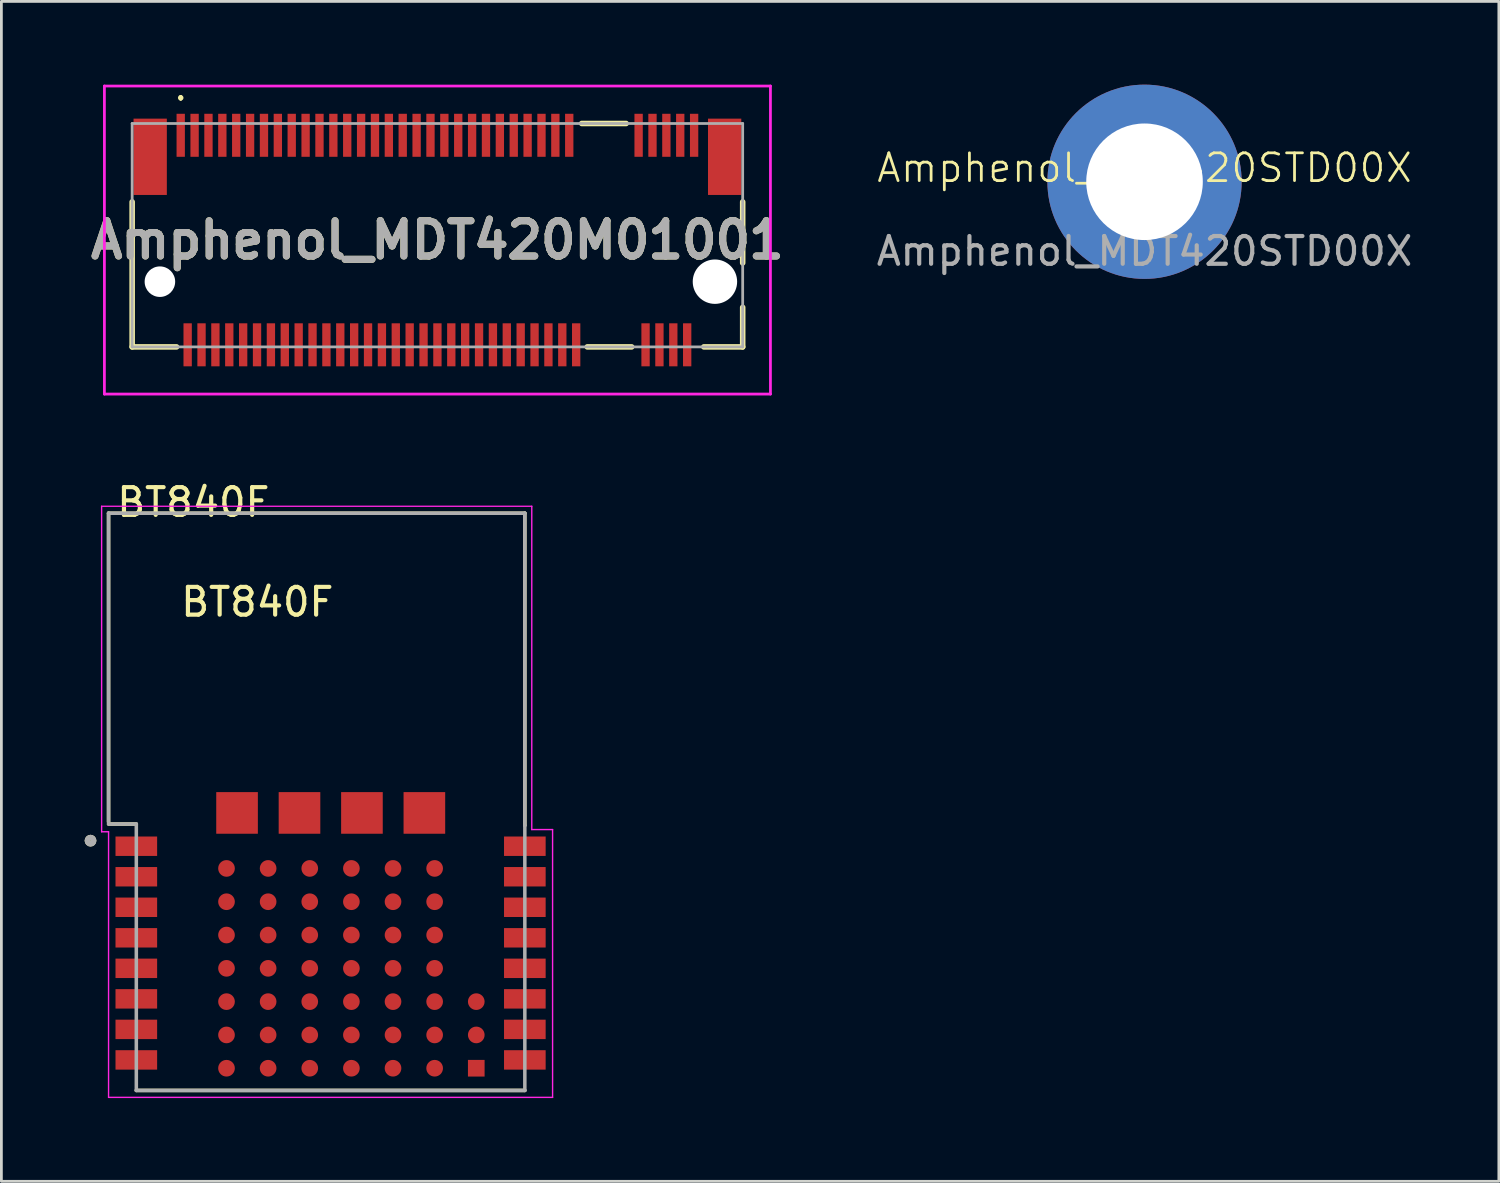
<source format=kicad_pcb>
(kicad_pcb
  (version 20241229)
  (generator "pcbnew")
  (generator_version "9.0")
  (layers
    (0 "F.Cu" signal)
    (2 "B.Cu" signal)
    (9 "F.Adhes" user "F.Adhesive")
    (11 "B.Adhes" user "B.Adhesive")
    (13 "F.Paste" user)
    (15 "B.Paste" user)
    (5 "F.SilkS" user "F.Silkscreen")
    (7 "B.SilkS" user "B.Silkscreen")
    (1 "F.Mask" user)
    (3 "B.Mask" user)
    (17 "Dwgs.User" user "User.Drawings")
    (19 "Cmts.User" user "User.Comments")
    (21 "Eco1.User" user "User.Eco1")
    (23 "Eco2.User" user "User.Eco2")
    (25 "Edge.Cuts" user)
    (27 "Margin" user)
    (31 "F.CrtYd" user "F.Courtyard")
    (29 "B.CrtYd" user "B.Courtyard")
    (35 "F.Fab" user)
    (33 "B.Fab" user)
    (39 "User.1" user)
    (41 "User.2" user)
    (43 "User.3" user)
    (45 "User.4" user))
  (footprint "BT840F"
    (layer "F.Cu")
    (at 8.362 25.843)
    (property "Reference" "BT840F" (at -4.445 -10.795 0) (layer "F.SilkS") (effects (font (size 1 1) (thickness 0.15))))
    (attr through_hole)
    (fp_line (start -7.5 -10.4) (end 7.5 -10.4) (stroke (width 0.127) (type solid)) (layer "F.SilkS"))
    (fp_line (start -7.5 0.73) (end -7.5 -10.4) (stroke (width 0.127) (type solid)) (layer "F.SilkS"))
    (fp_line (start -6.5 0.8) (end -7.5 0.8) (stroke (width 0.127) (type solid)) (layer "F.SilkS"))
    (fp_line (start 7.5 -10.4) (end 7.5 0.85) (stroke (width 0.127) (type solid)) (layer "F.SilkS"))
    (fp_line (start 7.5 10.4) (end -6.5 10.4) (stroke (width 0.127) (type solid)) (layer "F.SilkS"))
    (fp_line (start 7.503 -5.6) (end 7.5 0.85) (stroke (width 0.001) (type solid)) (layer "F.SilkS"))
    (fp_circle (center -8.15 1.4) (end -8.038 1.4) (stroke (width 0.2) (type solid)) (fill no) (layer "F.SilkS"))
    (fp_line (start -7.75 -10.65) (end 7.75 -10.65) (stroke (width 0.05) (type solid)) (layer "F.CrtYd"))
    (fp_line (start -7.75 1.08) (end -7.75 -10.65) (stroke (width 0.05) (type solid)) (layer "F.CrtYd"))
    (fp_line (start -7.5 1.08) (end -7.75 1.08) (stroke (width 0.05) (type solid)) (layer "F.CrtYd"))
    (fp_line (start -7.5 10.65) (end -7.5 1.08) (stroke (width 0.05) (type solid)) (layer "F.CrtYd"))
    (fp_line (start 7.75 -10.65) (end 7.75 1) (stroke (width 0.05) (type solid)) (layer "F.CrtYd"))
    (fp_line (start 7.75 1) (end 8.5 1) (stroke (width 0.05) (type solid)) (layer "F.CrtYd"))
    (fp_line (start 8.5 1) (end 8.5 10.65) (stroke (width 0.05) (type solid)) (layer "F.CrtYd"))
    (fp_line (start 8.5 10.65) (end -7.5 10.65) (stroke (width 0.05) (type solid)) (layer "F.CrtYd"))
    (fp_line (start -7.5 -10.4) (end 7.5 -10.4) (stroke (width 0.127) (type solid)) (layer "F.Fab"))
    (fp_line (start -7.5 0.73) (end -7.5 -10.4) (stroke (width 0.127) (type solid)) (layer "F.Fab"))
    (fp_line (start -6.505 10.398) (end -6.505 9.879) (stroke (width 0.001) (type solid)) (layer "F.Fab"))
    (fp_line (start -6.5 0.8) (end -7.5 0.8) (stroke (width 0.127) (type solid)) (layer "F.Fab"))
    (fp_line (start -6.5 10.4) (end -6.5 0.8) (stroke (width 0.127) (type solid)) (layer "F.Fab"))
    (fp_line (start 7.5 -10.4) (end 7.5 0.85) (stroke (width 0.127) (type solid)) (layer "F.Fab"))
    (fp_line (start 7.5 0.85) (end 7.5 10.4) (stroke (width 0.127) (type solid)) (layer "F.Fab"))
    (fp_line (start 7.5 10.4) (end -6.5 10.4) (stroke (width 0.127) (type solid)) (layer "F.Fab"))
    (fp_line (start 7.5 9.811) (end 7.5 10.39) (stroke (width 0.001) (type solid)) (layer "F.Fab"))
    (fp_line (start 7.503 -5.6) (end 7.5 0.85) (stroke (width 0.001) (type solid)) (layer "F.Fab"))
    (fp_circle (center -8.15 1.4) (end -8.038 1.4) (stroke (width 0.2) (type solid)) (fill no) (layer "F.Fab"))
    (fp_text user "BT840F" (at -2.14 -7.2 0) (layer "F.SilkS") (effects (font (size 1 1) (thickness 0.15))))
    (pad "1" smd rect (at -6.5 1.6 180) (size 1.5 0.7) (layers "F.Cu" "F.Mask" "F.Paste"))
    (pad "2" smd rect (at -6.5 2.7) (size 1.5 0.7) (layers "F.Cu" "F.Mask" "F.Paste"))
    (pad "3" smd rect (at -6.5 3.8) (size 1.5 0.7) (layers "F.Cu" "F.Mask" "F.Paste"))
    (pad "4" smd rect (at -6.5 4.9) (size 1.5 0.7) (layers "F.Cu" "F.Mask" "F.Paste"))
    (pad "5" smd rect (at -6.5 6) (size 1.5 0.7) (layers "F.Cu" "F.Mask" "F.Paste"))
    (pad "6" smd rect (at -6.5 7.1) (size 1.5 0.7) (layers "F.Cu" "F.Mask" "F.Paste"))
    (pad "7" smd rect (at -6.5 8.2) (size 1.5 0.7) (layers "F.Cu" "F.Mask" "F.Paste"))
    (pad "8" smd rect (at -6.5 9.3) (size 1.5 0.7) (layers "F.Cu" "F.Mask" "F.Paste"))
    (pad "9" smd rect (at 7.5 9.3) (size 1.5 0.7) (layers "F.Cu" "F.Mask" "F.Paste"))
    (pad "10" smd rect (at 7.5 8.2) (size 1.5 0.7) (layers "F.Cu" "F.Mask" "F.Paste"))
    (pad "11" smd rect (at 7.5 7.1) (size 1.5 0.7) (layers "F.Cu" "F.Mask" "F.Paste"))
    (pad "12" smd rect (at 7.5 6) (size 1.5 0.7) (layers "F.Cu" "F.Mask" "F.Paste"))
    (pad "13" smd rect (at 7.5 4.9) (size 1.5 0.7) (layers "F.Cu" "F.Mask" "F.Paste"))
    (pad "14" smd rect (at 7.5 3.8) (size 1.5 0.7) (layers "F.Cu" "F.Mask" "F.Paste"))
    (pad "15" smd rect (at 7.5 2.7) (size 1.5 0.7) (layers "F.Cu" "F.Mask" "F.Paste"))
    (pad "16" smd rect (at 7.5 1.6) (size 1.5 0.7) (layers "F.Cu" "F.Mask" "F.Paste"))
    (pad "A0" smd circle (at -1.75 2.4 180) (size 0.6 0.6) (layers "F.Cu" "F.Mask" "F.Paste"))
    (pad "A1" smd circle (at -1.75 3.6 180) (size 0.6 0.6) (layers "F.Cu" "F.Mask" "F.Paste"))
    (pad "A2" smd circle (at -1.75 4.8 180) (size 0.6 0.6) (layers "F.Cu" "F.Mask" "F.Paste"))
    (pad "A3" smd circle (at -1.75 6 180) (size 0.6 0.6) (layers "F.Cu" "F.Mask" "F.Paste"))
    (pad "A4" smd circle (at -1.75 7.2 180) (size 0.6 0.6) (layers "F.Cu" "F.Mask" "F.Paste"))
    (pad "A5" smd circle (at -1.75 8.4) (size 0.6 0.6) (layers "F.Cu" "F.Mask" "F.Paste"))
    (pad "A6" smd circle (at -1.75 9.6) (size 0.6 0.6) (layers "F.Cu" "F.Mask" "F.Paste"))
    (pad "B0" smd circle (at -0.25 2.4 180) (size 0.6 0.6) (layers "F.Cu" "F.Mask" "F.Paste"))
    (pad "B1" smd circle (at -0.25 3.6 180) (size 0.6 0.6) (layers "F.Cu" "F.Mask" "F.Paste"))
    (pad "B2" smd circle (at -0.25 4.8 180) (size 0.6 0.6) (layers "F.Cu" "F.Mask" "F.Paste"))
    (pad "B3" smd circle (at -0.25 6 180) (size 0.6 0.6) (layers "F.Cu" "F.Mask" "F.Paste"))
    (pad "B4" smd circle (at -0.25 7.2 180) (size 0.6 0.6) (layers "F.Cu" "F.Mask" "F.Paste"))
    (pad "B5" smd circle (at -0.25 8.4 180) (size 0.6 0.6) (layers "F.Cu" "F.Mask" "F.Paste"))
    (pad "B6" smd circle (at -0.25 9.6 180) (size 0.6 0.6) (layers "F.Cu" "F.Mask" "F.Paste"))
    (pad "C0" smd circle (at 1.25 2.4 180) (size 0.6 0.6) (layers "F.Cu" "F.Mask" "F.Paste"))
    (pad "C1" smd circle (at 1.25 3.6 180) (size 0.6 0.6) (layers "F.Cu" "F.Mask" "F.Paste"))
    (pad "C2" smd circle (at 1.25 4.8 180) (size 0.6 0.6) (layers "F.Cu" "F.Mask" "F.Paste"))
    (pad "C3" smd circle (at 1.25 6 180) (size 0.6 0.6) (layers "F.Cu" "F.Mask" "F.Paste"))
    (pad "C4" smd circle (at 1.25 7.2 180) (size 0.6 0.6) (layers "F.Cu" "F.Mask" "F.Paste"))
    (pad "C5" smd circle (at 1.25 8.4 180) (size 0.6 0.6) (layers "F.Cu" "F.Mask" "F.Paste"))
    (pad "C6" smd circle (at 1.25 9.6 180) (size 0.6 0.6) (layers "F.Cu" "F.Mask" "F.Paste"))
    (pad "D0" smd circle (at 2.75 2.4 180) (size 0.6 0.6) (layers "F.Cu" "F.Mask" "F.Paste"))
    (pad "D1" smd circle (at 2.75 3.6 180) (size 0.6 0.6) (layers "F.Cu" "F.Mask" "F.Paste"))
    (pad "D2" smd circle (at 2.75 4.8 180) (size 0.6 0.6) (layers "F.Cu" "F.Mask" "F.Paste"))
    (pad "D3" smd circle (at 2.75 6 180) (size 0.6 0.6) (layers "F.Cu" "F.Mask" "F.Paste"))
    (pad "D4" smd circle (at 2.75 7.2 180) (size 0.6 0.6) (layers "F.Cu" "F.Mask" "F.Paste"))
    (pad "D5" smd circle (at 2.75 8.4 180) (size 0.6 0.6) (layers "F.Cu" "F.Mask" "F.Paste"))
    (pad "D6" smd circle (at 2.75 9.6 180) (size 0.6 0.6) (layers "F.Cu" "F.Mask" "F.Paste"))
    (pad "E0" smd circle (at 4.25 2.4 180) (size 0.6 0.6) (layers "F.Cu" "F.Mask" "F.Paste"))
    (pad "E1" smd circle (at 4.25 3.6 180) (size 0.6 0.6) (layers "F.Cu" "F.Mask" "F.Paste"))
    (pad "E2" smd circle (at 4.25 4.8 180) (size 0.6 0.6) (layers "F.Cu" "F.Mask" "F.Paste"))
    (pad "E3" smd circle (at 4.25 6 180) (size 0.6 0.6) (layers "F.Cu" "F.Mask" "F.Paste"))
    (pad "E4" smd circle (at 4.25 7.2 180) (size 0.6 0.6) (layers "F.Cu" "F.Mask" "F.Paste"))
    (pad "E5" smd circle (at 4.25 8.4) (size 0.6 0.6) (layers "F.Cu" "F.Mask" "F.Paste"))
    (pad "E6" smd circle (at 4.25 9.6) (size 0.6 0.6) (layers "F.Cu" "F.Mask" "F.Paste"))
    (pad "F0" smd rect (at -2.87 0.4) (size 1.5 1.5) (layers "F.Cu" "F.Mask" "F.Paste"))
    (pad "F1" smd rect (at -0.62 0.4) (size 1.5 1.5) (layers "F.Cu" "F.Mask" "F.Paste"))
    (pad "F2" smd rect (at 1.63 0.4) (size 1.5 1.5) (layers "F.Cu" "F.Mask" "F.Paste"))
    (pad "F3" smd rect (at 3.88 0.4) (size 1.5 1.5) (layers "F.Cu" "F.Mask" "F.Paste"))
    (pad "F4" smd circle (at 5.75 7.2 180) (size 0.6 0.6) (layers "F.Cu" "F.Mask" "F.Paste"))
    (pad "F5" smd circle (at 5.75 8.4) (size 0.6 0.6) (layers "F.Cu" "F.Mask" "F.Paste"))
    (pad "F6" smd rect (at 5.75 9.6) (size 0.6 0.6) (layers "F.Cu" "F.Mask" "F.Paste"))
    (pad "Z0" smd circle (at -3.25 2.4 180) (size 0.6 0.6) (layers "F.Cu" "F.Mask" "F.Paste"))
    (pad "Z1" smd circle (at -3.25 3.6 180) (size 0.6 0.6) (layers "F.Cu" "F.Mask" "F.Paste"))
    (pad "Z2" smd circle (at -3.25 4.8 180) (size 0.6 0.6) (layers "F.Cu" "F.Mask" "F.Paste"))
    (pad "Z3" smd circle (at -3.25 6 180) (size 0.6 0.6) (layers "F.Cu" "F.Mask" "F.Paste"))
    (pad "Z4" smd circle (at -3.25 7.2 180) (size 0.6 0.6) (layers "F.Cu" "F.Mask" "F.Paste"))
    (pad "Z5" smd circle (at -3.25 8.4) (size 0.6 0.6) (layers "F.Cu" "F.Mask" "F.Paste"))
    (pad "Z6" smd circle (at -3.25 9.6) (size 0.6 0.6) (layers "F.Cu" "F.Mask" "F.Paste"))
    (zone (net_name "") (layer "F.Cu") (hatch full 0.508) (connect_pads) (min_thickness 0.01) (filled_areas_thickness no) (keepout (tracks not_allowed) (vias not_allowed) (pads not_allowed) (copperpour not_allowed) (footprints allowed)) (placement (enabled no)) (fill) (polygon (pts (xy 0.962 15.553) (xy 15.762 15.553) (xy 15.762 25.243) (xy 0.962 25.243))))
    (zone (net_name "") (layers "F.Cu" "B.Cu") (hatch full 0.508) (connect_pads) (min_thickness 0.01) (filled_areas_thickness no) (keepout (tracks allowed) (vias not_allowed) (pads allowed) (copperpour allowed) (footprints allowed)) (placement (enabled no)) (fill) (polygon (pts (xy 0.962 15.553) (xy 15.762 15.553) (xy 15.762 25.243) (xy 0.962 25.243))))
    (zone (net_name "") (layer "B.Cu") (hatch full 0.508) (connect_pads) (min_thickness 0.01) (filled_areas_thickness no) (keepout (tracks not_allowed) (vias not_allowed) (pads not_allowed) (copperpour not_allowed) (footprints allowed)) (placement (enabled no)) (fill) (polygon (pts (xy 0.962 15.553) (xy 15.762 15.553) (xy 15.762 25.243) (xy 0.962 25.243)))))
  (footprint "Amphenol_MDT420STD00X"
    (layer "F.Cu")
    (at 38.192 3.5)
    (property "Reference" "Amphenol_MDT420STD00X" (at 0 -0.5 0) (unlocked yes) (layer "F.SilkS") (effects (font (size 1 1) (thickness 0.1))))
    (attr through_hole)
    (fp_text user "${REFERENCE}" (at 0 2.5 0) (unlocked yes) (layer "F.Fab") (effects (font (size 1 1) (thickness 0.15))))
    (pad "1" thru_hole circle (at 0 0) (size 7 7) (drill 4.2) (layers "*.Cu" "*.Mask")))
  (footprint "Amphenol_MDT420M01001"
    (layer "F.Cu")
    (at 12.712 5.425)
    (property "Reference" "Amphenol_MDT420M01001" (at 0 0.175 0) (layer "F.SilkS") (effects (font (size 1.27 1.27) (thickness 0.254))))
    (attr through_hole)
    (fp_line (start -11 -1.2) (end -11 4.025) (stroke (width 0.2) (type solid)) (layer "F.SilkS"))
    (fp_line (start -11 4.025) (end -9.4 4.025) (stroke (width 0.2) (type solid)) (layer "F.SilkS"))
    (fp_line (start -9.25 -5) (end -9.25 -5) (stroke (width 0.1) (type solid)) (layer "F.SilkS"))
    (fp_line (start -9.25 -4.9) (end -9.25 -4.9) (stroke (width 0.1) (type solid)) (layer "F.SilkS"))
    (fp_line (start 5.2 -4.025) (end 6.8 -4.025) (stroke (width 0.2) (type solid)) (layer "F.SilkS"))
    (fp_line (start 5.4 4.025) (end 7 4.025) (stroke (width 0.2) (type solid)) (layer "F.SilkS"))
    (fp_line (start 11 -1.2) (end 11 1) (stroke (width 0.2) (type solid)) (layer "F.SilkS"))
    (fp_line (start 11 2.6) (end 11 4.025) (stroke (width 0.2) (type solid)) (layer "F.SilkS"))
    (fp_line (start 11 4.025) (end 9.6 4.025) (stroke (width 0.2) (type solid)) (layer "F.SilkS"))
    (fp_arc (start -9.25 -5) (mid -9.2 -4.95) (end -9.25 -4.9) (stroke (width 0.1) (type solid)) (layer "F.SilkS"))
    (fp_arc (start -9.25 -4.9) (mid -9.3 -4.95) (end -9.25 -5) (stroke (width 0.1) (type solid)) (layer "F.SilkS"))
    (fp_line (start -12 -5.375) (end 12 -5.375) (stroke (width 0.1) (type solid)) (layer "F.CrtYd"))
    (fp_line (start -12 5.725) (end -12 -5.375) (stroke (width 0.1) (type solid)) (layer "F.CrtYd"))
    (fp_line (start 12 -5.375) (end 12 5.725) (stroke (width 0.1) (type solid)) (layer "F.CrtYd"))
    (fp_line (start 12 5.725) (end -12 5.725) (stroke (width 0.1) (type solid)) (layer "F.CrtYd"))
    (fp_line (start -11 -4.025) (end 11 -4.025) (stroke (width 0.1) (type solid)) (layer "F.Fab"))
    (fp_line (start -11 4.025) (end -11 -4.025) (stroke (width 0.1) (type solid)) (layer "F.Fab"))
    (fp_line (start 11 -4.025) (end 11 4.025) (stroke (width 0.1) (type solid)) (layer "F.Fab"))
    (fp_line (start 11 4.025) (end -11 4.025) (stroke (width 0.1) (type solid)) (layer "F.Fab"))
    (fp_text user "${REFERENCE}" (at 0 0.175 0) (layer "F.Fab") (effects (font (size 1.27 1.27) (thickness 0.254))))
    (pad "" np_thru_hole circle (at -10 1.675) (size 1.1 1.1) (drill 1.1) (layers "*.Cu" "*.Mask"))
    (pad "" np_thru_hole circle (at 10 1.675) (size 1.6 1.6) (drill 1.6) (layers "*.Cu" "*.Mask"))
    (pad "1" smd rect (at -9.25 -3.6) (size 0.3 1.55) (layers "F.Cu" "F.Mask" "F.Paste"))
    (pad "2" smd rect (at -9 3.95) (size 0.3 1.55) (layers "F.Cu" "F.Mask" "F.Paste"))
    (pad "3" smd rect (at -8.75 -3.6) (size 0.3 1.55) (layers "F.Cu" "F.Mask" "F.Paste"))
    (pad "4" smd rect (at -8.5 3.95) (size 0.3 1.55) (layers "F.Cu" "F.Mask" "F.Paste"))
    (pad "5" smd rect (at -8.25 -3.6) (size 0.3 1.55) (layers "F.Cu" "F.Mask" "F.Paste"))
    (pad "6" smd rect (at -8 3.95) (size 0.3 1.55) (layers "F.Cu" "F.Mask" "F.Paste"))
    (pad "7" smd rect (at -7.75 -3.6) (size 0.3 1.55) (layers "F.Cu" "F.Mask" "F.Paste"))
    (pad "8" smd rect (at -7.5 3.95) (size 0.3 1.55) (layers "F.Cu" "F.Mask" "F.Paste"))
    (pad "9" smd rect (at -7.25 -3.6) (size 0.3 1.55) (layers "F.Cu" "F.Mask" "F.Paste"))
    (pad "10" smd rect (at -7 3.95) (size 0.3 1.55) (layers "F.Cu" "F.Mask" "F.Paste"))
    (pad "11" smd rect (at -6.75 -3.6) (size 0.3 1.55) (layers "F.Cu" "F.Mask" "F.Paste"))
    (pad "12" smd rect (at -6.5 3.95) (size 0.3 1.55) (layers "F.Cu" "F.Mask" "F.Paste"))
    (pad "13" smd rect (at -6.25 -3.6) (size 0.3 1.55) (layers "F.Cu" "F.Mask" "F.Paste"))
    (pad "14" smd rect (at -6 3.95) (size 0.3 1.55) (layers "F.Cu" "F.Mask" "F.Paste"))
    (pad "15" smd rect (at -5.75 -3.6) (size 0.3 1.55) (layers "F.Cu" "F.Mask" "F.Paste"))
    (pad "16" smd rect (at -5.5 3.95) (size 0.3 1.55) (layers "F.Cu" "F.Mask" "F.Paste"))
    (pad "17" smd rect (at -5.25 -3.6) (size 0.3 1.55) (layers "F.Cu" "F.Mask" "F.Paste"))
    (pad "18" smd rect (at -5 3.95) (size 0.3 1.55) (layers "F.Cu" "F.Mask" "F.Paste"))
    (pad "19" smd rect (at -4.75 -3.6) (size 0.3 1.55) (layers "F.Cu" "F.Mask" "F.Paste"))
    (pad "20" smd rect (at -4.5 3.95) (size 0.3 1.55) (layers "F.Cu" "F.Mask" "F.Paste"))
    (pad "21" smd rect (at -4.25 -3.6) (size 0.3 1.55) (layers "F.Cu" "F.Mask" "F.Paste"))
    (pad "22" smd rect (at -4 3.95) (size 0.3 1.55) (layers "F.Cu" "F.Mask" "F.Paste"))
    (pad "23" smd rect (at -3.75 -3.6) (size 0.3 1.55) (layers "F.Cu" "F.Mask" "F.Paste"))
    (pad "24" smd rect (at -3.5 3.95) (size 0.3 1.55) (layers "F.Cu" "F.Mask" "F.Paste"))
    (pad "25" smd rect (at -3.25 -3.6) (size 0.3 1.55) (layers "F.Cu" "F.Mask" "F.Paste"))
    (pad "26" smd rect (at -3 3.95) (size 0.3 1.55) (layers "F.Cu" "F.Mask" "F.Paste"))
    (pad "27" smd rect (at -2.75 -3.6) (size 0.3 1.55) (layers "F.Cu" "F.Mask" "F.Paste"))
    (pad "28" smd rect (at -2.5 3.95) (size 0.3 1.55) (layers "F.Cu" "F.Mask" "F.Paste"))
    (pad "29" smd rect (at -2.25 -3.6) (size 0.3 1.55) (layers "F.Cu" "F.Mask" "F.Paste"))
    (pad "30" smd rect (at -2 3.95) (size 0.3 1.55) (layers "F.Cu" "F.Mask" "F.Paste"))
    (pad "31" smd rect (at -1.75 -3.6) (size 0.3 1.55) (layers "F.Cu" "F.Mask" "F.Paste"))
    (pad "32" smd rect (at -1.5 3.95) (size 0.3 1.55) (layers "F.Cu" "F.Mask" "F.Paste"))
    (pad "33" smd rect (at -1.25 -3.6) (size 0.3 1.55) (layers "F.Cu" "F.Mask" "F.Paste"))
    (pad "34" smd rect (at -1 3.95) (size 0.3 1.55) (layers "F.Cu" "F.Mask" "F.Paste"))
    (pad "35" smd rect (at -0.75 -3.6) (size 0.3 1.55) (layers "F.Cu" "F.Mask" "F.Paste"))
    (pad "36" smd rect (at -0.5 3.95) (size 0.3 1.55) (layers "F.Cu" "F.Mask" "F.Paste"))
    (pad "37" smd rect (at -0.25 -3.6) (size 0.3 1.55) (layers "F.Cu" "F.Mask" "F.Paste"))
    (pad "38" smd rect (at 0 3.95) (size 0.3 1.55) (layers "F.Cu" "F.Mask" "F.Paste"))
    (pad "39" smd rect (at 0.25 -3.6) (size 0.3 1.55) (layers "F.Cu" "F.Mask" "F.Paste"))
    (pad "40" smd rect (at 0.5 3.95) (size 0.3 1.55) (layers "F.Cu" "F.Mask" "F.Paste"))
    (pad "41" smd rect (at 0.75 -3.6) (size 0.3 1.55) (layers "F.Cu" "F.Mask" "F.Paste"))
    (pad "42" smd rect (at 1 3.95) (size 0.3 1.55) (layers "F.Cu" "F.Mask" "F.Paste"))
    (pad "43" smd rect (at 1.25 -3.6) (size 0.3 1.55) (layers "F.Cu" "F.Mask" "F.Paste"))
    (pad "44" smd rect (at 1.5 3.95) (size 0.3 1.55) (layers "F.Cu" "F.Mask" "F.Paste"))
    (pad "45" smd rect (at 1.75 -3.6) (size 0.3 1.55) (layers "F.Cu" "F.Mask" "F.Paste"))
    (pad "46" smd rect (at 2 3.95) (size 0.3 1.55) (layers "F.Cu" "F.Mask" "F.Paste"))
    (pad "47" smd rect (at 2.25 -3.6) (size 0.3 1.55) (layers "F.Cu" "F.Mask" "F.Paste"))
    (pad "48" smd rect (at 2.5 3.95) (size 0.3 1.55) (layers "F.Cu" "F.Mask" "F.Paste"))
    (pad "49" smd rect (at 2.75 -3.6) (size 0.3 1.55) (layers "F.Cu" "F.Mask" "F.Paste"))
    (pad "50" smd rect (at 3 3.95) (size 0.3 1.55) (layers "F.Cu" "F.Mask" "F.Paste"))
    (pad "51" smd rect (at 3.25 -3.6) (size 0.3 1.55) (layers "F.Cu" "F.Mask" "F.Paste"))
    (pad "52" smd rect (at 3.5 3.95) (size 0.3 1.55) (layers "F.Cu" "F.Mask" "F.Paste"))
    (pad "53" smd rect (at 3.75 -3.6) (size 0.3 1.55) (layers "F.Cu" "F.Mask" "F.Paste"))
    (pad "54" smd rect (at 4 3.95) (size 0.3 1.55) (layers "F.Cu" "F.Mask" "F.Paste"))
    (pad "55" smd rect (at 4.25 -3.6) (size 0.3 1.55) (layers "F.Cu" "F.Mask" "F.Paste"))
    (pad "56" smd rect (at 4.5 3.95) (size 0.3 1.55) (layers "F.Cu" "F.Mask" "F.Paste"))
    (pad "57" smd rect (at 4.75 -3.6) (size 0.3 1.55) (layers "F.Cu" "F.Mask" "F.Paste"))
    (pad "58" smd rect (at 5 3.95) (size 0.3 1.55) (layers "F.Cu" "F.Mask" "F.Paste"))
    (pad "67" smd rect (at 7.25 -3.6) (size 0.3 1.55) (layers "F.Cu" "F.Mask" "F.Paste"))
    (pad "68" smd rect (at 7.5 3.95) (size 0.3 1.55) (layers "F.Cu" "F.Mask" "F.Paste"))
    (pad "69" smd rect (at 7.75 -3.6) (size 0.3 1.55) (layers "F.Cu" "F.Mask" "F.Paste"))
    (pad "70" smd rect (at 8 3.95) (size 0.3 1.55) (layers "F.Cu" "F.Mask" "F.Paste"))
    (pad "71" smd rect (at 8.25 -3.6) (size 0.3 1.55) (layers "F.Cu" "F.Mask" "F.Paste"))
    (pad "72" smd rect (at 8.5 3.95) (size 0.3 1.55) (layers "F.Cu" "F.Mask" "F.Paste"))
    (pad "73" smd rect (at 8.75 -3.6) (size 0.3 1.55) (layers "F.Cu" "F.Mask" "F.Paste"))
    (pad "74" smd rect (at 9 3.95) (size 0.3 1.55) (layers "F.Cu" "F.Mask" "F.Paste"))
    (pad "75" smd rect (at 9.25 -3.6) (size 0.3 1.55) (layers "F.Cu" "F.Mask" "F.Paste"))
    (pad "MP1" smd rect (at -10.35 -2.825) (size 1.2 2.75) (layers "F.Cu" "F.Mask" "F.Paste"))
    (pad "MP2" smd rect (at 10.35 -2.825) (size 1.2 2.75) (layers "F.Cu" "F.Mask" "F.Paste")))
  (gr_rect
    (start -3 -3)
    (end 50.96 39.518)
    (stroke (width 0.1) (type default))
    (fill no)
    (layer "Edge.Cuts")))
</source>
